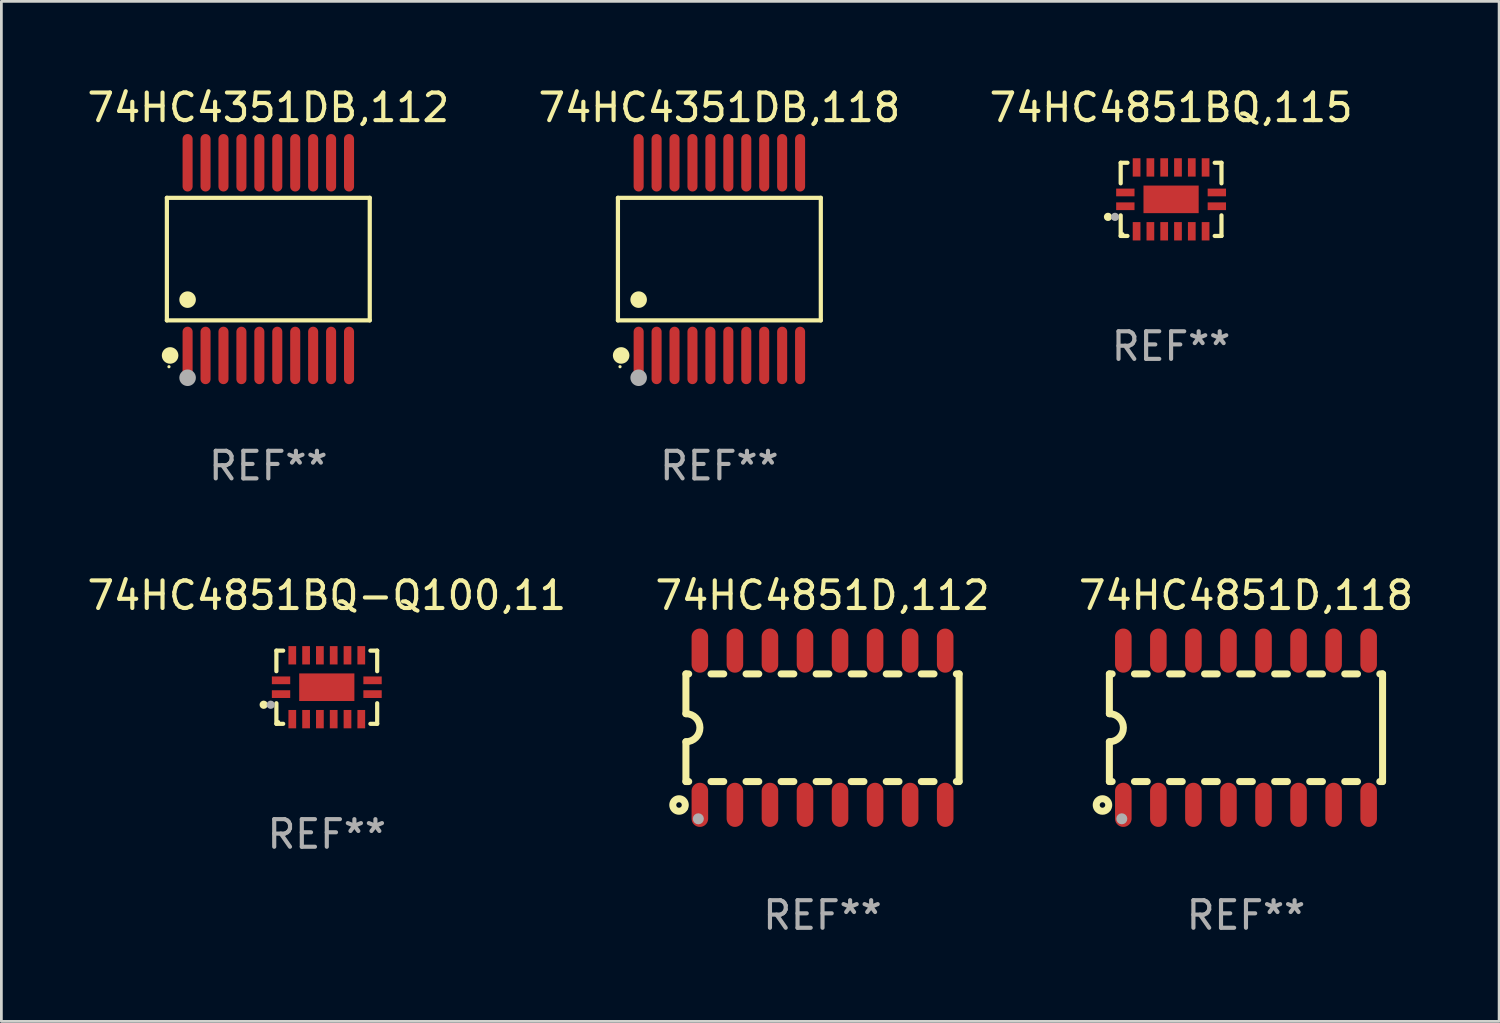
<source format=kicad_pcb>
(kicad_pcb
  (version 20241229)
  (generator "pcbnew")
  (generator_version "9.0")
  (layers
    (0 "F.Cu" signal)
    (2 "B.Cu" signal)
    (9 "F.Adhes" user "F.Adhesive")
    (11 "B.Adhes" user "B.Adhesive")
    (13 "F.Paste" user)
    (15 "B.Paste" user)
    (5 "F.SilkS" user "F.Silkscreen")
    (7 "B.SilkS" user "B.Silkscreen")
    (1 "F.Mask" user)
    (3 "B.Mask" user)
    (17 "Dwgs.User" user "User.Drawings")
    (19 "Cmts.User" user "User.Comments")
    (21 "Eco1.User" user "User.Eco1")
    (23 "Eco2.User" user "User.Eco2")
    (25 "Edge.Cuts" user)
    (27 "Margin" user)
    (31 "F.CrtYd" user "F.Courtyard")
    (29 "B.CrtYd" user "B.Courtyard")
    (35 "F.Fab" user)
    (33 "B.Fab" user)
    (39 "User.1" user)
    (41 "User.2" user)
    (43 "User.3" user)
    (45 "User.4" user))
  (footprint "74HC4351DB,118"
    (layer "F.Cu")
    (at 23.018 6.339)
    (property "Reference" "74HC4351DB,118" (at 0 -5.491 0) (layer "F.SilkS") (effects (font (size 1 1) (thickness 0.15))))
    (attr through_hole)
    (fp_line (start -3.676 -2.221) (end 3.676 -2.221) (stroke (width 0.152) (type solid)) (layer "F.SilkS"))
    (fp_line (start -3.676 2.221) (end -3.676 -2.221) (stroke (width 0.152) (type solid)) (layer "F.SilkS"))
    (fp_line (start 3.676 -2.221) (end 3.676 2.221) (stroke (width 0.152) (type solid)) (layer "F.SilkS"))
    (fp_line (start 3.676 2.221) (end -3.676 2.221) (stroke (width 0.152) (type solid)) (layer "F.SilkS"))
    (fp_circle (center -3.6 3.9) (end -3.57 3.9) (stroke (width 0.06) (type solid)) (fill no) (layer "F.SilkS"))
    (fp_circle (center -3.559 3.491) (end -3.409 3.491) (stroke (width 0.3) (type solid)) (fill no) (layer "F.SilkS"))
    (fp_circle (center -2.925 1.469) (end -2.775 1.469) (stroke (width 0.3) (type solid)) (fill no) (layer "F.SilkS"))
    (fp_circle (center -2.925 4.3) (end -2.775 4.3) (stroke (width 0.3) (type solid)) (fill no) (layer "F.Fab"))
    (fp_text user "REF**" (at 0 7.491 0) (layer "F.Fab") (effects (font (size 1 1) (thickness 0.15))))
    (pad "1" smd oval (at -2.925 3.491) (size 0.364 2.082) (layers "F.Cu" "F.Mask" "F.Paste"))
    (pad "2" smd oval (at -2.275 3.491) (size 0.364 2.082) (layers "F.Cu" "F.Mask" "F.Paste"))
    (pad "3" smd oval (at -1.625 3.491) (size 0.364 2.082) (layers "F.Cu" "F.Mask" "F.Paste"))
    (pad "4" smd oval (at -0.975 3.491) (size 0.364 2.082) (layers "F.Cu" "F.Mask" "F.Paste"))
    (pad "5" smd oval (at -0.325 3.491) (size 0.364 2.082) (layers "F.Cu" "F.Mask" "F.Paste"))
    (pad "6" smd oval (at 0.325 3.491) (size 0.364 2.082) (layers "F.Cu" "F.Mask" "F.Paste"))
    (pad "7" smd oval (at 0.975 3.491) (size 0.364 2.082) (layers "F.Cu" "F.Mask" "F.Paste"))
    (pad "8" smd oval (at 1.625 3.491) (size 0.364 2.082) (layers "F.Cu" "F.Mask" "F.Paste"))
    (pad "9" smd oval (at 2.275 3.491) (size 0.364 2.082) (layers "F.Cu" "F.Mask" "F.Paste"))
    (pad "10" smd oval (at 2.925 3.491) (size 0.364 2.082) (layers "F.Cu" "F.Mask" "F.Paste"))
    (pad "11" smd oval (at 2.925 -3.491) (size 0.364 2.082) (layers "F.Cu" "F.Mask" "F.Paste"))
    (pad "12" smd oval (at 2.275 -3.491) (size 0.364 2.082) (layers "F.Cu" "F.Mask" "F.Paste"))
    (pad "13" smd oval (at 1.625 -3.491) (size 0.364 2.082) (layers "F.Cu" "F.Mask" "F.Paste"))
    (pad "14" smd oval (at 0.975 -3.491) (size 0.364 2.082) (layers "F.Cu" "F.Mask" "F.Paste"))
    (pad "15" smd oval (at 0.325 -3.491) (size 0.364 2.082) (layers "F.Cu" "F.Mask" "F.Paste"))
    (pad "16" smd oval (at -0.325 -3.491) (size 0.364 2.082) (layers "F.Cu" "F.Mask" "F.Paste"))
    (pad "17" smd oval (at -0.975 -3.491) (size 0.364 2.082) (layers "F.Cu" "F.Mask" "F.Paste"))
    (pad "18" smd oval (at -1.625 -3.491) (size 0.364 2.082) (layers "F.Cu" "F.Mask" "F.Paste"))
    (pad "19" smd oval (at -2.275 -3.491) (size 0.364 2.082) (layers "F.Cu" "F.Mask" "F.Paste"))
    (pad "20" smd oval (at -2.925 -3.491) (size 0.364 2.082) (layers "F.Cu" "F.Mask" "F.Paste")))
  (footprint "74HC4851D,112"
    (layer "F.Cu")
    (at 26.756 23.321)
    (property "Reference" "74HC4851D,112" (at 0 -4.794 0) (layer "F.SilkS") (effects (font (size 1 1) (thickness 0.15))))
    (attr through_hole)
    (fp_line (start -4.95 -1.95) (end -4.95 -0.508) (stroke (width 0.254) (type solid)) (layer "F.SilkS"))
    (fp_line (start -4.95 -1.95) (end -4.849 -1.95) (stroke (width 0.254) (type solid)) (layer "F.SilkS"))
    (fp_line (start -4.95 1.95) (end -4.95 0.508) (stroke (width 0.254) (type solid)) (layer "F.SilkS"))
    (fp_line (start -4.95 1.95) (end -4.849 1.95) (stroke (width 0.254) (type solid)) (layer "F.SilkS"))
    (fp_line (start -4.041 -1.95) (end -3.579 -1.95) (stroke (width 0.254) (type solid)) (layer "F.SilkS"))
    (fp_line (start -4.041 1.95) (end -3.579 1.95) (stroke (width 0.254) (type solid)) (layer "F.SilkS"))
    (fp_line (start -2.771 -1.95) (end -2.309 -1.95) (stroke (width 0.254) (type solid)) (layer "F.SilkS"))
    (fp_line (start -2.771 1.95) (end -2.309 1.95) (stroke (width 0.254) (type solid)) (layer "F.SilkS"))
    (fp_line (start -1.501 -1.95) (end -1.039 -1.95) (stroke (width 0.254) (type solid)) (layer "F.SilkS"))
    (fp_line (start -1.501 1.95) (end -1.039 1.95) (stroke (width 0.254) (type solid)) (layer "F.SilkS"))
    (fp_line (start -0.231 -1.95) (end 0.231 -1.95) (stroke (width 0.254) (type solid)) (layer "F.SilkS"))
    (fp_line (start -0.231 1.95) (end 0.231 1.95) (stroke (width 0.254) (type solid)) (layer "F.SilkS"))
    (fp_line (start 1.039 -1.95) (end 1.501 -1.95) (stroke (width 0.254) (type solid)) (layer "F.SilkS"))
    (fp_line (start 1.039 1.95) (end 1.501 1.95) (stroke (width 0.254) (type solid)) (layer "F.SilkS"))
    (fp_line (start 2.309 -1.95) (end 2.771 -1.95) (stroke (width 0.254) (type solid)) (layer "F.SilkS"))
    (fp_line (start 2.309 1.95) (end 2.771 1.95) (stroke (width 0.254) (type solid)) (layer "F.SilkS"))
    (fp_line (start 3.579 -1.95) (end 4.041 -1.95) (stroke (width 0.254) (type solid)) (layer "F.SilkS"))
    (fp_line (start 3.579 1.95) (end 4.041 1.95) (stroke (width 0.254) (type solid)) (layer "F.SilkS"))
    (fp_line (start 4.849 -1.95) (end 4.95 -1.95) (stroke (width 0.254) (type solid)) (layer "F.SilkS"))
    (fp_line (start 4.849 1.95) (end 4.95 1.95) (stroke (width 0.254) (type solid)) (layer "F.SilkS"))
    (fp_line (start 4.95 -1.95) (end 4.95 1.95) (stroke (width 0.254) (type solid)) (layer "F.SilkS"))
    (fp_arc (start -4.95047 -0.508001) (mid -4.442469 -0.000228) (end -4.950013 0.508001) (stroke (width 0.254001) (type solid)) (layer "F.SilkS"))
    (fp_circle (center -5.2 2.8) (end -5.1 2.8) (stroke (width 0.254) (type solid)) (fill no) (layer "F.SilkS"))
    (fp_circle (center -4.95 2.947) (end -4.92 2.947) (stroke (width 0.06) (type solid)) (fill no) (layer "F.SilkS"))
    (fp_circle (center -4.5 3.3) (end -4.4 3.3) (stroke (width 0.2) (type solid)) (fill no) (layer "F.Fab"))
    (fp_text user "REF**" (at 0 6.794 0) (layer "F.Fab") (effects (font (size 1 1) (thickness 0.15))))
    (pad "1" smd oval (at -4.445 2.794) (size 0.6 1.6) (layers "F.Cu" "F.Mask" "F.Paste"))
    (pad "2" smd oval (at -3.175 2.794) (size 0.6 1.6) (layers "F.Cu" "F.Mask" "F.Paste"))
    (pad "3" smd oval (at -1.905 2.794) (size 0.6 1.6) (layers "F.Cu" "F.Mask" "F.Paste"))
    (pad "4" smd oval (at -0.635 2.794) (size 0.6 1.6) (layers "F.Cu" "F.Mask" "F.Paste"))
    (pad "5" smd oval (at 0.635 2.794) (size 0.6 1.6) (layers "F.Cu" "F.Mask" "F.Paste"))
    (pad "6" smd oval (at 1.905 2.794) (size 0.6 1.6) (layers "F.Cu" "F.Mask" "F.Paste"))
    (pad "7" smd oval (at 3.175 2.794) (size 0.6 1.6) (layers "F.Cu" "F.Mask" "F.Paste"))
    (pad "8" smd oval (at 4.445 2.794) (size 0.6 1.6) (layers "F.Cu" "F.Mask" "F.Paste"))
    (pad "9" smd oval (at 4.445 -2.794) (size 0.6 1.6) (layers "F.Cu" "F.Mask" "F.Paste"))
    (pad "10" smd oval (at 3.175 -2.794) (size 0.6 1.6) (layers "F.Cu" "F.Mask" "F.Paste"))
    (pad "11" smd oval (at 1.905 -2.794) (size 0.6 1.6) (layers "F.Cu" "F.Mask" "F.Paste"))
    (pad "12" smd oval (at 0.635 -2.794) (size 0.6 1.6) (layers "F.Cu" "F.Mask" "F.Paste"))
    (pad "13" smd oval (at -0.635 -2.794) (size 0.6 1.6) (layers "F.Cu" "F.Mask" "F.Paste"))
    (pad "14" smd oval (at -1.905 -2.794) (size 0.6 1.6) (layers "F.Cu" "F.Mask" "F.Paste"))
    (pad "15" smd oval (at -3.175 -2.794) (size 0.6 1.6) (layers "F.Cu" "F.Mask" "F.Paste"))
    (pad "16" smd oval (at -4.445 -2.794) (size 0.6 1.6) (layers "F.Cu" "F.Mask" "F.Paste")))
  (footprint "74HC4851D,118"
    (layer "F.Cu")
    (at 42.101 23.321)
    (property "Reference" "74HC4851D,118" (at 0 -4.794 0) (layer "F.SilkS") (effects (font (size 1 1) (thickness 0.15))))
    (attr through_hole)
    (fp_line (start -4.95 -1.95) (end -4.95 -0.508) (stroke (width 0.254) (type solid)) (layer "F.SilkS"))
    (fp_line (start -4.95 -1.95) (end -4.849 -1.95) (stroke (width 0.254) (type solid)) (layer "F.SilkS"))
    (fp_line (start -4.95 1.95) (end -4.95 0.508) (stroke (width 0.254) (type solid)) (layer "F.SilkS"))
    (fp_line (start -4.95 1.95) (end -4.849 1.95) (stroke (width 0.254) (type solid)) (layer "F.SilkS"))
    (fp_line (start -4.041 -1.95) (end -3.579 -1.95) (stroke (width 0.254) (type solid)) (layer "F.SilkS"))
    (fp_line (start -4.041 1.95) (end -3.579 1.95) (stroke (width 0.254) (type solid)) (layer "F.SilkS"))
    (fp_line (start -2.771 -1.95) (end -2.309 -1.95) (stroke (width 0.254) (type solid)) (layer "F.SilkS"))
    (fp_line (start -2.771 1.95) (end -2.309 1.95) (stroke (width 0.254) (type solid)) (layer "F.SilkS"))
    (fp_line (start -1.501 -1.95) (end -1.039 -1.95) (stroke (width 0.254) (type solid)) (layer "F.SilkS"))
    (fp_line (start -1.501 1.95) (end -1.039 1.95) (stroke (width 0.254) (type solid)) (layer "F.SilkS"))
    (fp_line (start -0.231 -1.95) (end 0.231 -1.95) (stroke (width 0.254) (type solid)) (layer "F.SilkS"))
    (fp_line (start -0.231 1.95) (end 0.231 1.95) (stroke (width 0.254) (type solid)) (layer "F.SilkS"))
    (fp_line (start 1.039 -1.95) (end 1.501 -1.95) (stroke (width 0.254) (type solid)) (layer "F.SilkS"))
    (fp_line (start 1.039 1.95) (end 1.501 1.95) (stroke (width 0.254) (type solid)) (layer "F.SilkS"))
    (fp_line (start 2.309 -1.95) (end 2.771 -1.95) (stroke (width 0.254) (type solid)) (layer "F.SilkS"))
    (fp_line (start 2.309 1.95) (end 2.771 1.95) (stroke (width 0.254) (type solid)) (layer "F.SilkS"))
    (fp_line (start 3.579 -1.95) (end 4.041 -1.95) (stroke (width 0.254) (type solid)) (layer "F.SilkS"))
    (fp_line (start 3.579 1.95) (end 4.041 1.95) (stroke (width 0.254) (type solid)) (layer "F.SilkS"))
    (fp_line (start 4.849 -1.95) (end 4.95 -1.95) (stroke (width 0.254) (type solid)) (layer "F.SilkS"))
    (fp_line (start 4.849 1.95) (end 4.95 1.95) (stroke (width 0.254) (type solid)) (layer "F.SilkS"))
    (fp_line (start 4.95 -1.95) (end 4.95 1.95) (stroke (width 0.254) (type solid)) (layer "F.SilkS"))
    (fp_arc (start -4.95047 -0.508001) (mid -4.442469 -0.000228) (end -4.950013 0.508001) (stroke (width 0.254001) (type solid)) (layer "F.SilkS"))
    (fp_circle (center -5.2 2.8) (end -5.1 2.8) (stroke (width 0.254) (type solid)) (fill no) (layer "F.SilkS"))
    (fp_circle (center -4.95 2.947) (end -4.92 2.947) (stroke (width 0.06) (type solid)) (fill no) (layer "F.SilkS"))
    (fp_circle (center -4.5 3.3) (end -4.4 3.3) (stroke (width 0.2) (type solid)) (fill no) (layer "F.Fab"))
    (fp_text user "REF**" (at 0 6.794 0) (layer "F.Fab") (effects (font (size 1 1) (thickness 0.15))))
    (pad "1" smd oval (at -4.445 2.794) (size 0.6 1.6) (layers "F.Cu" "F.Mask" "F.Paste"))
    (pad "2" smd oval (at -3.175 2.794) (size 0.6 1.6) (layers "F.Cu" "F.Mask" "F.Paste"))
    (pad "3" smd oval (at -1.905 2.794) (size 0.6 1.6) (layers "F.Cu" "F.Mask" "F.Paste"))
    (pad "4" smd oval (at -0.635 2.794) (size 0.6 1.6) (layers "F.Cu" "F.Mask" "F.Paste"))
    (pad "5" smd oval (at 0.635 2.794) (size 0.6 1.6) (layers "F.Cu" "F.Mask" "F.Paste"))
    (pad "6" smd oval (at 1.905 2.794) (size 0.6 1.6) (layers "F.Cu" "F.Mask" "F.Paste"))
    (pad "7" smd oval (at 3.175 2.794) (size 0.6 1.6) (layers "F.Cu" "F.Mask" "F.Paste"))
    (pad "8" smd oval (at 4.445 2.794) (size 0.6 1.6) (layers "F.Cu" "F.Mask" "F.Paste"))
    (pad "9" smd oval (at 4.445 -2.794) (size 0.6 1.6) (layers "F.Cu" "F.Mask" "F.Paste"))
    (pad "10" smd oval (at 3.175 -2.794) (size 0.6 1.6) (layers "F.Cu" "F.Mask" "F.Paste"))
    (pad "11" smd oval (at 1.905 -2.794) (size 0.6 1.6) (layers "F.Cu" "F.Mask" "F.Paste"))
    (pad "12" smd oval (at 0.635 -2.794) (size 0.6 1.6) (layers "F.Cu" "F.Mask" "F.Paste"))
    (pad "13" smd oval (at -0.635 -2.794) (size 0.6 1.6) (layers "F.Cu" "F.Mask" "F.Paste"))
    (pad "14" smd oval (at -1.905 -2.794) (size 0.6 1.6) (layers "F.Cu" "F.Mask" "F.Paste"))
    (pad "15" smd oval (at -3.175 -2.794) (size 0.6 1.6) (layers "F.Cu" "F.Mask" "F.Paste"))
    (pad "16" smd oval (at -4.445 -2.794) (size 0.6 1.6) (layers "F.Cu" "F.Mask" "F.Paste")))
  (footprint "74HC4351DB,112"
    (layer "F.Cu")
    (at 6.673 6.339)
    (property "Reference" "74HC4351DB,112" (at 0 -5.491 0) (layer "F.SilkS") (effects (font (size 1 1) (thickness 0.15))))
    (attr through_hole)
    (fp_line (start -3.676 -2.221) (end 3.676 -2.221) (stroke (width 0.152) (type solid)) (layer "F.SilkS"))
    (fp_line (start -3.676 2.221) (end -3.676 -2.221) (stroke (width 0.152) (type solid)) (layer "F.SilkS"))
    (fp_line (start 3.676 -2.221) (end 3.676 2.221) (stroke (width 0.152) (type solid)) (layer "F.SilkS"))
    (fp_line (start 3.676 2.221) (end -3.676 2.221) (stroke (width 0.152) (type solid)) (layer "F.SilkS"))
    (fp_circle (center -3.6 3.9) (end -3.57 3.9) (stroke (width 0.06) (type solid)) (fill no) (layer "F.SilkS"))
    (fp_circle (center -3.559 3.491) (end -3.409 3.491) (stroke (width 0.3) (type solid)) (fill no) (layer "F.SilkS"))
    (fp_circle (center -2.925 1.469) (end -2.775 1.469) (stroke (width 0.3) (type solid)) (fill no) (layer "F.SilkS"))
    (fp_circle (center -2.925 4.3) (end -2.775 4.3) (stroke (width 0.3) (type solid)) (fill no) (layer "F.Fab"))
    (fp_text user "REF**" (at 0 7.491 0) (layer "F.Fab") (effects (font (size 1 1) (thickness 0.15))))
    (pad "1" smd oval (at -2.925 3.491) (size 0.364 2.082) (layers "F.Cu" "F.Mask" "F.Paste"))
    (pad "2" smd oval (at -2.275 3.491) (size 0.364 2.082) (layers "F.Cu" "F.Mask" "F.Paste"))
    (pad "3" smd oval (at -1.625 3.491) (size 0.364 2.082) (layers "F.Cu" "F.Mask" "F.Paste"))
    (pad "4" smd oval (at -0.975 3.491) (size 0.364 2.082) (layers "F.Cu" "F.Mask" "F.Paste"))
    (pad "5" smd oval (at -0.325 3.491) (size 0.364 2.082) (layers "F.Cu" "F.Mask" "F.Paste"))
    (pad "6" smd oval (at 0.325 3.491) (size 0.364 2.082) (layers "F.Cu" "F.Mask" "F.Paste"))
    (pad "7" smd oval (at 0.975 3.491) (size 0.364 2.082) (layers "F.Cu" "F.Mask" "F.Paste"))
    (pad "8" smd oval (at 1.625 3.491) (size 0.364 2.082) (layers "F.Cu" "F.Mask" "F.Paste"))
    (pad "9" smd oval (at 2.275 3.491) (size 0.364 2.082) (layers "F.Cu" "F.Mask" "F.Paste"))
    (pad "10" smd oval (at 2.925 3.491) (size 0.364 2.082) (layers "F.Cu" "F.Mask" "F.Paste"))
    (pad "11" smd oval (at 2.925 -3.491) (size 0.364 2.082) (layers "F.Cu" "F.Mask" "F.Paste"))
    (pad "12" smd oval (at 2.275 -3.491) (size 0.364 2.082) (layers "F.Cu" "F.Mask" "F.Paste"))
    (pad "13" smd oval (at 1.625 -3.491) (size 0.364 2.082) (layers "F.Cu" "F.Mask" "F.Paste"))
    (pad "14" smd oval (at 0.975 -3.491) (size 0.364 2.082) (layers "F.Cu" "F.Mask" "F.Paste"))
    (pad "15" smd oval (at 0.325 -3.491) (size 0.364 2.082) (layers "F.Cu" "F.Mask" "F.Paste"))
    (pad "16" smd oval (at -0.325 -3.491) (size 0.364 2.082) (layers "F.Cu" "F.Mask" "F.Paste"))
    (pad "17" smd oval (at -0.975 -3.491) (size 0.364 2.082) (layers "F.Cu" "F.Mask" "F.Paste"))
    (pad "18" smd oval (at -1.625 -3.491) (size 0.364 2.082) (layers "F.Cu" "F.Mask" "F.Paste"))
    (pad "19" smd oval (at -2.275 -3.491) (size 0.364 2.082) (layers "F.Cu" "F.Mask" "F.Paste"))
    (pad "20" smd oval (at -2.925 -3.491) (size 0.364 2.082) (layers "F.Cu" "F.Mask" "F.Paste")))
  (footprint "74HC4851BQ-Q100,11"
    (layer "F.Cu")
    (at 8.792 21.853)
    (property "Reference" "74HC4851BQ-Q100,11" (at 0 -3.326 0) (layer "F.SilkS") (effects (font (size 1 1) (thickness 0.15))))
    (attr through_hole)
    (fp_line (start -1.826 -1.326) (end -1.58 -1.326) (stroke (width 0.152) (type solid)) (layer "F.SilkS"))
    (fp_line (start -1.826 -0.58) (end -1.826 -1.326) (stroke (width 0.152) (type solid)) (layer "F.SilkS"))
    (fp_line (start -1.826 0.58) (end -1.826 1.326) (stroke (width 0.152) (type solid)) (layer "F.SilkS"))
    (fp_line (start -1.826 1.326) (end -1.58 1.326) (stroke (width 0.152) (type solid)) (layer "F.SilkS"))
    (fp_line (start 1.826 -1.326) (end 1.58 -1.326) (stroke (width 0.152) (type solid)) (layer "F.SilkS"))
    (fp_line (start 1.826 -0.58) (end 1.826 -1.326) (stroke (width 0.152) (type solid)) (layer "F.SilkS"))
    (fp_line (start 1.826 0.58) (end 1.826 1.326) (stroke (width 0.152) (type solid)) (layer "F.SilkS"))
    (fp_line (start 1.826 1.326) (end 1.58 1.326) (stroke (width 0.152) (type solid)) (layer "F.SilkS"))
    (fp_circle (center -2.286 0.635) (end -2.211 0.635) (stroke (width 0.15) (type solid)) (fill no) (layer "F.SilkS"))
    (fp_circle (center -1.75 1.25) (end -1.72 1.25) (stroke (width 0.06) (type solid)) (fill no) (layer "F.SilkS"))
    (fp_circle (center -2.032 0.635) (end -1.957 0.635) (stroke (width 0.15) (type solid)) (fill no) (layer "F.Fab"))
    (fp_text user "REF**" (at 0 5.326 0) (layer "F.Fab") (effects (font (size 1 1) (thickness 0.15))))
    (pad "1" smd rect (at -1.658 0.25) (size 0.665 0.28) (layers "F.Cu" "F.Mask" "F.Paste"))
    (pad "2" smd rect (at -1.25 1.157) (size 0.28 0.665) (layers "F.Cu" "F.Mask" "F.Paste"))
    (pad "3" smd rect (at -0.75 1.157) (size 0.28 0.665) (layers "F.Cu" "F.Mask" "F.Paste"))
    (pad "4" smd rect (at -0.25 1.157) (size 0.28 0.665) (layers "F.Cu" "F.Mask" "F.Paste"))
    (pad "5" smd rect (at 0.25 1.157) (size 0.28 0.665) (layers "F.Cu" "F.Mask" "F.Paste"))
    (pad "6" smd rect (at 0.75 1.157) (size 0.28 0.665) (layers "F.Cu" "F.Mask" "F.Paste"))
    (pad "7" smd rect (at 1.25 1.157) (size 0.28 0.665) (layers "F.Cu" "F.Mask" "F.Paste"))
    (pad "8" smd rect (at 1.658 0.25) (size 0.665 0.28) (layers "F.Cu" "F.Mask" "F.Paste"))
    (pad "9" smd rect (at 1.658 -0.25) (size 0.665 0.28) (layers "F.Cu" "F.Mask" "F.Paste"))
    (pad "10" smd rect (at 1.25 -1.157) (size 0.28 0.665) (layers "F.Cu" "F.Mask" "F.Paste"))
    (pad "11" smd rect (at 0.75 -1.157) (size 0.28 0.665) (layers "F.Cu" "F.Mask" "F.Paste"))
    (pad "12" smd rect (at 0.25 -1.157) (size 0.28 0.665) (layers "F.Cu" "F.Mask" "F.Paste"))
    (pad "13" smd rect (at -0.25 -1.157) (size 0.28 0.665) (layers "F.Cu" "F.Mask" "F.Paste"))
    (pad "14" smd rect (at -0.75 -1.157) (size 0.28 0.665) (layers "F.Cu" "F.Mask" "F.Paste"))
    (pad "15" smd rect (at -1.25 -1.157) (size 0.28 0.665) (layers "F.Cu" "F.Mask" "F.Paste"))
    (pad "16" smd rect (at -1.658 -0.25) (size 0.665 0.28) (layers "F.Cu" "F.Mask" "F.Paste"))
    (pad "17" smd rect (at 0 0) (size 2 1) (layers "F.Cu" "F.Mask" "F.Paste")))
  (footprint "74HC4851BQ,115"
    (layer "F.Cu")
    (at 39.387 4.174)
    (property "Reference" "74HC4851BQ,115" (at 0 -3.326 0) (layer "F.SilkS") (effects (font (size 1 1) (thickness 0.15))))
    (attr through_hole)
    (fp_line (start -1.826 -1.326) (end -1.58 -1.326) (stroke (width 0.152) (type solid)) (layer "F.SilkS"))
    (fp_line (start -1.826 -0.58) (end -1.826 -1.326) (stroke (width 0.152) (type solid)) (layer "F.SilkS"))
    (fp_line (start -1.826 0.58) (end -1.826 1.326) (stroke (width 0.152) (type solid)) (layer "F.SilkS"))
    (fp_line (start -1.826 1.326) (end -1.58 1.326) (stroke (width 0.152) (type solid)) (layer "F.SilkS"))
    (fp_line (start 1.826 -1.326) (end 1.58 -1.326) (stroke (width 0.152) (type solid)) (layer "F.SilkS"))
    (fp_line (start 1.826 -0.58) (end 1.826 -1.326) (stroke (width 0.152) (type solid)) (layer "F.SilkS"))
    (fp_line (start 1.826 0.58) (end 1.826 1.326) (stroke (width 0.152) (type solid)) (layer "F.SilkS"))
    (fp_line (start 1.826 1.326) (end 1.58 1.326) (stroke (width 0.152) (type solid)) (layer "F.SilkS"))
    (fp_circle (center -2.286 0.635) (end -2.211 0.635) (stroke (width 0.15) (type solid)) (fill no) (layer "F.SilkS"))
    (fp_circle (center -1.75 1.25) (end -1.72 1.25) (stroke (width 0.06) (type solid)) (fill no) (layer "F.SilkS"))
    (fp_circle (center -2.032 0.635) (end -1.957 0.635) (stroke (width 0.15) (type solid)) (fill no) (layer "F.Fab"))
    (fp_text user "REF**" (at 0 5.326 0) (layer "F.Fab") (effects (font (size 1 1) (thickness 0.15))))
    (pad "1" smd rect (at -1.658 0.25) (size 0.665 0.28) (layers "F.Cu" "F.Mask" "F.Paste"))
    (pad "2" smd rect (at -1.25 1.157) (size 0.28 0.665) (layers "F.Cu" "F.Mask" "F.Paste"))
    (pad "3" smd rect (at -0.75 1.157) (size 0.28 0.665) (layers "F.Cu" "F.Mask" "F.Paste"))
    (pad "4" smd rect (at -0.25 1.157) (size 0.28 0.665) (layers "F.Cu" "F.Mask" "F.Paste"))
    (pad "5" smd rect (at 0.25 1.157) (size 0.28 0.665) (layers "F.Cu" "F.Mask" "F.Paste"))
    (pad "6" smd rect (at 0.75 1.157) (size 0.28 0.665) (layers "F.Cu" "F.Mask" "F.Paste"))
    (pad "7" smd rect (at 1.25 1.157) (size 0.28 0.665) (layers "F.Cu" "F.Mask" "F.Paste"))
    (pad "8" smd rect (at 1.658 0.25) (size 0.665 0.28) (layers "F.Cu" "F.Mask" "F.Paste"))
    (pad "9" smd rect (at 1.658 -0.25) (size 0.665 0.28) (layers "F.Cu" "F.Mask" "F.Paste"))
    (pad "10" smd rect (at 1.25 -1.157) (size 0.28 0.665) (layers "F.Cu" "F.Mask" "F.Paste"))
    (pad "11" smd rect (at 0.75 -1.157) (size 0.28 0.665) (layers "F.Cu" "F.Mask" "F.Paste"))
    (pad "12" smd rect (at 0.25 -1.157) (size 0.28 0.665) (layers "F.Cu" "F.Mask" "F.Paste"))
    (pad "13" smd rect (at -0.25 -1.157) (size 0.28 0.665) (layers "F.Cu" "F.Mask" "F.Paste"))
    (pad "14" smd rect (at -0.75 -1.157) (size 0.28 0.665) (layers "F.Cu" "F.Mask" "F.Paste"))
    (pad "15" smd rect (at -1.25 -1.157) (size 0.28 0.665) (layers "F.Cu" "F.Mask" "F.Paste"))
    (pad "16" smd rect (at -1.658 -0.25) (size 0.665 0.28) (layers "F.Cu" "F.Mask" "F.Paste"))
    (pad "17" smd rect (at 0 0) (size 2 1) (layers "F.Cu" "F.Mask" "F.Paste")))
  (gr_rect
    (start -3 -3)
    (end 51.274 33.963)
    (stroke (width 0.1) (type default))
    (fill no)
    (layer "Edge.Cuts")))
</source>
